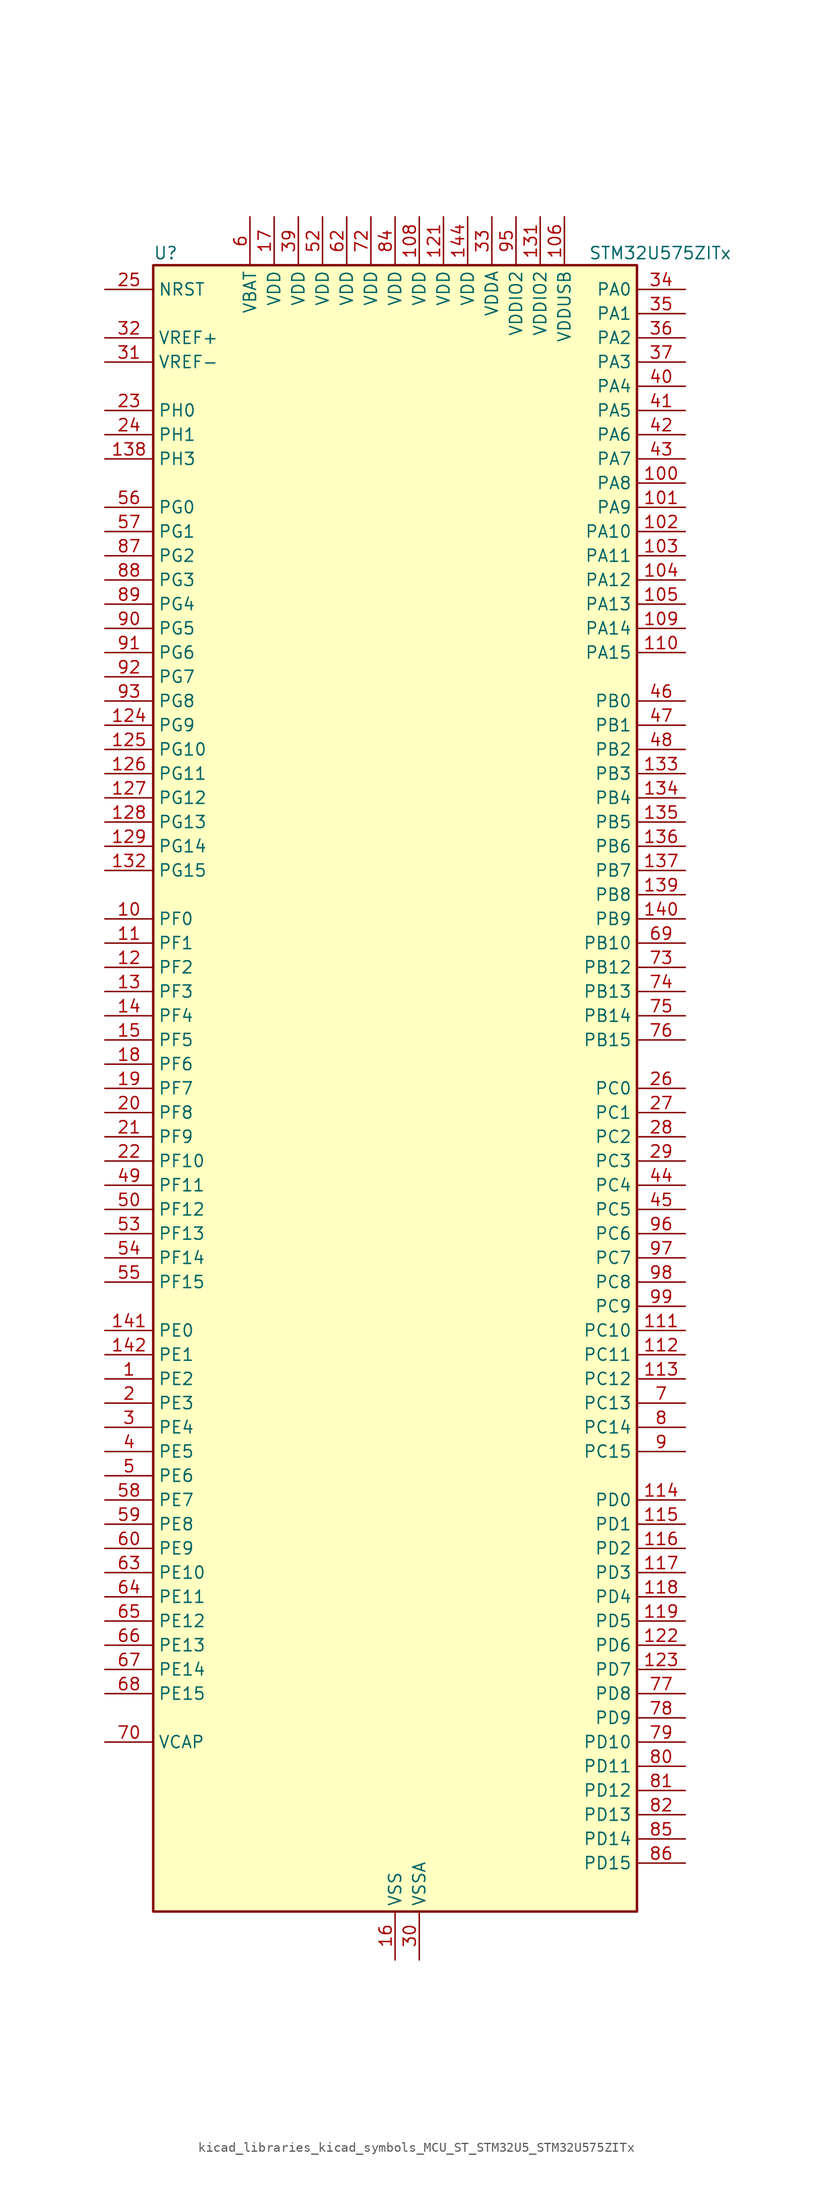
<source format=kicad_sym>
(kicad_symbol_lib
  (version 20220914)
  (generator kicad_symbol_editor)
  (symbol "kicad_libraries_kicad_symbols_MCU_ST_STM32U5_STM32U575ZITx"
    (property "Reference" "U"
      (at -25.4 87.63 0)
      (effects (font (size 1.27 1.27)) (justify left)))
    (property "Value" "STM32U575ZITx"
      (at 20.32 87.63 0)
      (effects (font (size 1.27 1.27)) (justify left)))
    (property "ki_locked" ""
      (at 0 0 0)
      (effects (font (size 1.27 1.27))))
    (symbol "kicad_libraries_kicad_symbols_MCU_ST_STM32U5_STM32U575ZITx_0_1"
      (rectangle (start -25.4 -86.36) (end 25.4 86.36) (stroke (width 0.254) (type default)) (fill (type background))))
    (symbol "kicad_libraries_kicad_symbols_MCU_ST_STM32U5_STM32U575ZITx_1_1"
      (pin bidirectional line (at -30.48 -30.48 0) (length 5.08) (name "PE2" (effects (font (size 1.27 1.27)))) (number "1" (effects (font (size 1.27 1.27)))) (alternate "DEBUG_TRACECLK" bidirectional line) (alternate "FMC_A23" bidirectional line) (alternate "SAI1_CK1" bidirectional line) (alternate "SAI1_MCLK_A" bidirectional line) (alternate "TIM3_ETR" bidirectional line) (alternate "TSC_G7_IO1" bidirectional line))
      (pin bidirectional line (at -30.48 17.78 0) (length 5.08) (name "PF0" (effects (font (size 1.27 1.27)))) (number "10" (effects (font (size 1.27 1.27)))) (alternate "FMC_A0" bidirectional line) (alternate "I2C2_SDA" bidirectional line) (alternate "OCTOSPIM_P2_IO0" bidirectional line))
      (pin bidirectional line (at 30.48 63.5 180) (length 5.08) (name "PA8" (effects (font (size 1.27 1.27)))) (number "100" (effects (font (size 1.27 1.27)))) (alternate "DEBUG_TRACECLK" bidirectional line) (alternate "LPTIM2_CH1" bidirectional line) (alternate "RCC_MCO" bidirectional line) (alternate "SAI1_CK2" bidirectional line) (alternate "SAI1_SCK_A" bidirectional line) (alternate "SPI1_RDY" bidirectional line) (alternate "TIM1_CH1" bidirectional line) (alternate "USART1_CK" bidirectional line) (alternate "USB_OTG_FS_SOF" bidirectional line))
      (pin bidirectional line (at 30.48 60.96 180) (length 5.08) (name "PA9" (effects (font (size 1.27 1.27)))) (number "101" (effects (font (size 1.27 1.27)))) (alternate "DAC1_EXTI9" bidirectional line) (alternate "DCMI_D0" bidirectional line) (alternate "PSSI_D0" bidirectional line) (alternate "SAI1_FS_A" bidirectional line) (alternate "SPI2_SCK" bidirectional line) (alternate "TIM15_BKIN" bidirectional line) (alternate "TIM1_CH2" bidirectional line) (alternate "USART1_TX" bidirectional line) (alternate "USB_OTG_FS_VBUS" bidirectional line))
      (pin bidirectional line (at 30.48 58.42 180) (length 5.08) (name "PA10" (effects (font (size 1.27 1.27)))) (number "102" (effects (font (size 1.27 1.27)))) (alternate "CRS_SYNC" bidirectional line) (alternate "DCMI_D1" bidirectional line) (alternate "LPTIM2_IN2" bidirectional line) (alternate "PSSI_D1" bidirectional line) (alternate "SAI1_D1" bidirectional line) (alternate "SAI1_SD_A" bidirectional line) (alternate "TIM17_BKIN" bidirectional line) (alternate "TIM1_CH3" bidirectional line) (alternate "USART1_RX" bidirectional line) (alternate "USB_OTG_FS_ID" bidirectional line))
      (pin bidirectional line (at 30.48 55.88 180) (length 5.08) (name "PA11" (effects (font (size 1.27 1.27)))) (number "103" (effects (font (size 1.27 1.27)))) (alternate "ADC1_EXTI11" bidirectional line) (alternate "FDCAN1_RX" bidirectional line) (alternate "SPI1_MISO" bidirectional line) (alternate "TIM1_BKIN2" bidirectional line) (alternate "TIM1_CH4" bidirectional line) (alternate "USART1_CTS" bidirectional line) (alternate "USB_OTG_FS_DM" bidirectional line))
      (pin bidirectional line (at 30.48 53.34 180) (length 5.08) (name "PA12" (effects (font (size 1.27 1.27)))) (number "104" (effects (font (size 1.27 1.27)))) (alternate "FDCAN1_TX" bidirectional line) (alternate "OCTOSPIM_P2_NCS" bidirectional line) (alternate "SPI1_MOSI" bidirectional line) (alternate "TIM1_ETR" bidirectional line) (alternate "USART1_DE" bidirectional line) (alternate "USART1_RTS" bidirectional line) (alternate "USB_OTG_FS_DP" bidirectional line))
      (pin bidirectional line (at 30.48 50.8 180) (length 5.08) (name "PA13" (effects (font (size 1.27 1.27)))) (number "105" (effects (font (size 1.27 1.27)))) (alternate "DEBUG_JTMS-SWDIO" bidirectional line) (alternate "IR_OUT" bidirectional line) (alternate "SAI1_SD_B" bidirectional line) (alternate "USB_OTG_FS_NOE" bidirectional line))
      (pin power_in line (at 17.78 91.44 270) (length 5.08) (name "VDDUSB" (effects (font (size 1.27 1.27)))) (number "106" (effects (font (size 1.27 1.27)))))
      (pin passive line (at 0 -91.44 90) (length 5.08) hide (name "VSS" (effects (font (size 1.27 1.27)))) (number "107" (effects (font (size 1.27 1.27)))))
      (pin power_in line (at 2.54 91.44 270) (length 5.08) (name "VDD" (effects (font (size 1.27 1.27)))) (number "108" (effects (font (size 1.27 1.27)))))
      (pin bidirectional line (at 30.48 48.26 180) (length 5.08) (name "PA14" (effects (font (size 1.27 1.27)))) (number "109" (effects (font (size 1.27 1.27)))) (alternate "DEBUG_JTCK-SWCLK" bidirectional line) (alternate "I2C1_SMBA" bidirectional line) (alternate "I2C4_SMBA" bidirectional line) (alternate "LPTIM1_CH1" bidirectional line) (alternate "SAI1_FS_B" bidirectional line) (alternate "USB_OTG_FS_SOF" bidirectional line))
      (pin bidirectional line (at -30.48 15.24 0) (length 5.08) (name "PF1" (effects (font (size 1.27 1.27)))) (number "11" (effects (font (size 1.27 1.27)))) (alternate "FMC_A1" bidirectional line) (alternate "I2C2_SCL" bidirectional line) (alternate "OCTOSPIM_P2_IO1" bidirectional line))
      (pin bidirectional line (at 30.48 45.72 180) (length 5.08) (name "PA15" (effects (font (size 1.27 1.27)))) (number "110" (effects (font (size 1.27 1.27)))) (alternate "ADC1_EXTI15" bidirectional line) (alternate "ADC4_EXTI15" bidirectional line) (alternate "DEBUG_JTDI" bidirectional line) (alternate "SAI2_FS_B" bidirectional line) (alternate "SPI1_NSS" bidirectional line) (alternate "SPI3_NSS" bidirectional line) (alternate "TIM2_CH1" bidirectional line) (alternate "TIM2_ETR" bidirectional line) (alternate "UART4_DE" bidirectional line) (alternate "UART4_RTS" bidirectional line) (alternate "UCPD1_CC1" bidirectional line) (alternate "USART2_RX" bidirectional line) (alternate "USART3_DE" bidirectional line) (alternate "USART3_RTS" bidirectional line))
      (pin bidirectional line (at 30.48 -25.4 180) (length 5.08) (name "PC10" (effects (font (size 1.27 1.27)))) (number "111" (effects (font (size 1.27 1.27)))) (alternate "ADF1_CCK1" bidirectional line) (alternate "DCMI_D8" bidirectional line) (alternate "DEBUG_TRACED1" bidirectional line) (alternate "LPTIM3_ETR" bidirectional line) (alternate "PSSI_D8" bidirectional line) (alternate "SAI2_SCK_B" bidirectional line) (alternate "SDMMC1_D2" bidirectional line) (alternate "SPI3_SCK" bidirectional line) (alternate "TSC_G3_IO2" bidirectional line) (alternate "UART4_TX" bidirectional line) (alternate "USART3_TX" bidirectional line))
      (pin bidirectional line (at 30.48 -27.94 180) (length 5.08) (name "PC11" (effects (font (size 1.27 1.27)))) (number "112" (effects (font (size 1.27 1.27)))) (alternate "ADC1_EXTI11" bidirectional line) (alternate "ADF1_SDI0" bidirectional line) (alternate "DCMI_D2" bidirectional line) (alternate "DCMI_D4" bidirectional line) (alternate "LPTIM3_IN1" bidirectional line) (alternate "OCTOSPIM_P1_NCS" bidirectional line) (alternate "PSSI_D2" bidirectional line) (alternate "PSSI_D4" bidirectional line) (alternate "SAI2_MCLK_B" bidirectional line) (alternate "SDMMC1_D3" bidirectional line) (alternate "SPI3_MISO" bidirectional line) (alternate "TSC_G3_IO3" bidirectional line) (alternate "UART4_RX" bidirectional line) (alternate "UCPD1_FRSTX2" bidirectional line) (alternate "USART3_RX" bidirectional line))
      (pin bidirectional line (at 30.48 -30.48 180) (length 5.08) (name "PC12" (effects (font (size 1.27 1.27)))) (number "113" (effects (font (size 1.27 1.27)))) (alternate "DCMI_D9" bidirectional line) (alternate "DEBUG_TRACED3" bidirectional line) (alternate "PSSI_D9" bidirectional line) (alternate "SAI2_SD_B" bidirectional line) (alternate "SDMMC1_CK" bidirectional line) (alternate "SPI3_MOSI" bidirectional line) (alternate "TSC_G3_IO4" bidirectional line) (alternate "UART5_TX" bidirectional line) (alternate "USART3_CK" bidirectional line))
      (pin bidirectional line (at 30.48 -43.18 180) (length 5.08) (name "PD0" (effects (font (size 1.27 1.27)))) (number "114" (effects (font (size 1.27 1.27)))) (alternate "FDCAN1_RX" bidirectional line) (alternate "FMC_D2" bidirectional line) (alternate "FMC_DA2" bidirectional line) (alternate "SPI2_NSS" bidirectional line) (alternate "TIM8_CH4N" bidirectional line))
      (pin bidirectional line (at 30.48 -45.72 180) (length 5.08) (name "PD1" (effects (font (size 1.27 1.27)))) (number "115" (effects (font (size 1.27 1.27)))) (alternate "FDCAN1_TX" bidirectional line) (alternate "FMC_D3" bidirectional line) (alternate "FMC_DA3" bidirectional line) (alternate "SPI2_SCK" bidirectional line))
      (pin bidirectional line (at 30.48 -48.26 180) (length 5.08) (name "PD2" (effects (font (size 1.27 1.27)))) (number "116" (effects (font (size 1.27 1.27)))) (alternate "DCMI_D11" bidirectional line) (alternate "DEBUG_TRACED2" bidirectional line) (alternate "LPTIM4_ETR" bidirectional line) (alternate "PSSI_D11" bidirectional line) (alternate "SDMMC1_CMD" bidirectional line) (alternate "TIM3_ETR" bidirectional line) (alternate "TSC_SYNC" bidirectional line) (alternate "UART5_RX" bidirectional line) (alternate "USART3_DE" bidirectional line) (alternate "USART3_RTS" bidirectional line))
      (pin bidirectional line (at 30.48 -50.8 180) (length 5.08) (name "PD3" (effects (font (size 1.27 1.27)))) (number "117" (effects (font (size 1.27 1.27)))) (alternate "DCMI_D5" bidirectional line) (alternate "FMC_CLK" bidirectional line) (alternate "MDF1_SDI0" bidirectional line) (alternate "OCTOSPIM_P2_NCS" bidirectional line) (alternate "PSSI_D5" bidirectional line) (alternate "SPI2_MISO" bidirectional line) (alternate "SPI2_SCK" bidirectional line) (alternate "USART2_CTS" bidirectional line))
      (pin bidirectional line (at 30.48 -53.34 180) (length 5.08) (name "PD4" (effects (font (size 1.27 1.27)))) (number "118" (effects (font (size 1.27 1.27)))) (alternate "FMC_NOE" bidirectional line) (alternate "MDF1_CKI0" bidirectional line) (alternate "OCTOSPIM_P1_IO4" bidirectional line) (alternate "SPI2_MOSI" bidirectional line) (alternate "USART2_DE" bidirectional line) (alternate "USART2_RTS" bidirectional line))
      (pin bidirectional line (at 30.48 -55.88 180) (length 5.08) (name "PD5" (effects (font (size 1.27 1.27)))) (number "119" (effects (font (size 1.27 1.27)))) (alternate "FMC_NWE" bidirectional line) (alternate "OCTOSPIM_P1_IO5" bidirectional line) (alternate "SPI2_RDY" bidirectional line) (alternate "USART2_TX" bidirectional line))
      (pin bidirectional line (at -30.48 12.7 0) (length 5.08) (name "PF2" (effects (font (size 1.27 1.27)))) (number "12" (effects (font (size 1.27 1.27)))) (alternate "FMC_A2" bidirectional line) (alternate "I2C2_SMBA" bidirectional line) (alternate "LPTIM3_CH2" bidirectional line) (alternate "OCTOSPIM_P2_IO2" bidirectional line) (alternate "PWR_WKUP8" bidirectional line))
      (pin passive line (at 0 -91.44 90) (length 5.08) hide (name "VSS" (effects (font (size 1.27 1.27)))) (number "120" (effects (font (size 1.27 1.27)))))
      (pin power_in line (at 5.08 91.44 270) (length 5.08) (name "VDD" (effects (font (size 1.27 1.27)))) (number "121" (effects (font (size 1.27 1.27)))))
      (pin bidirectional line (at 30.48 -58.42 180) (length 5.08) (name "PD6" (effects (font (size 1.27 1.27)))) (number "122" (effects (font (size 1.27 1.27)))) (alternate "DCMI_D10" bidirectional line) (alternate "FMC_NWAIT" bidirectional line) (alternate "MDF1_SDI1" bidirectional line) (alternate "OCTOSPIM_P1_IO6" bidirectional line) (alternate "PSSI_D10" bidirectional line) (alternate "SAI1_D1" bidirectional line) (alternate "SAI1_SD_A" bidirectional line) (alternate "SDMMC2_CK" bidirectional line) (alternate "SPI3_MOSI" bidirectional line) (alternate "USART2_RX" bidirectional line))
      (pin bidirectional line (at 30.48 -60.96 180) (length 5.08) (name "PD7" (effects (font (size 1.27 1.27)))) (number "123" (effects (font (size 1.27 1.27)))) (alternate "FMC_NCE" bidirectional line) (alternate "FMC_NE1" bidirectional line) (alternate "LPTIM4_OUT" bidirectional line) (alternate "MDF1_CKI1" bidirectional line) (alternate "OCTOSPIM_P1_IO7" bidirectional line) (alternate "SDMMC2_CMD" bidirectional line) (alternate "USART2_CK" bidirectional line))
      (pin bidirectional line (at -30.48 38.1 0) (length 5.08) (name "PG9" (effects (font (size 1.27 1.27)))) (number "124" (effects (font (size 1.27 1.27)))) (alternate "DAC1_EXTI9" bidirectional line) (alternate "FMC_NCE" bidirectional line) (alternate "FMC_NE2" bidirectional line) (alternate "OCTOSPIM_P2_IO6" bidirectional line) (alternate "SAI2_SCK_A" bidirectional line) (alternate "SPI3_SCK" bidirectional line) (alternate "TIM15_CH1N" bidirectional line) (alternate "USART1_TX" bidirectional line))
      (pin bidirectional line (at -30.48 35.56 0) (length 5.08) (name "PG10" (effects (font (size 1.27 1.27)))) (number "125" (effects (font (size 1.27 1.27)))) (alternate "FMC_NE3" bidirectional line) (alternate "LPTIM1_IN1" bidirectional line) (alternate "OCTOSPIM_P2_IO7" bidirectional line) (alternate "SAI2_FS_A" bidirectional line) (alternate "SPI3_MISO" bidirectional line) (alternate "TIM15_CH1" bidirectional line) (alternate "USART1_RX" bidirectional line))
      (pin bidirectional line (at -30.48 33.02 0) (length 5.08) (name "PG11" (effects (font (size 1.27 1.27)))) (number "126" (effects (font (size 1.27 1.27)))) (alternate "ADC1_EXTI11" bidirectional line) (alternate "LPTIM1_IN2" bidirectional line) (alternate "OCTOSPIM_P1_IO5" bidirectional line) (alternate "SAI2_MCLK_A" bidirectional line) (alternate "SPI3_MOSI" bidirectional line) (alternate "TIM15_CH2" bidirectional line) (alternate "USART1_CTS" bidirectional line))
      (pin bidirectional line (at -30.48 30.48 0) (length 5.08) (name "PG12" (effects (font (size 1.27 1.27)))) (number "127" (effects (font (size 1.27 1.27)))) (alternate "FMC_NE4" bidirectional line) (alternate "LPTIM1_ETR" bidirectional line) (alternate "OCTOSPIM_P2_NCS" bidirectional line) (alternate "SAI2_SD_A" bidirectional line) (alternate "SPI3_NSS" bidirectional line) (alternate "USART1_DE" bidirectional line) (alternate "USART1_RTS" bidirectional line))
      (pin bidirectional line (at -30.48 27.94 0) (length 5.08) (name "PG13" (effects (font (size 1.27 1.27)))) (number "128" (effects (font (size 1.27 1.27)))) (alternate "FMC_A24" bidirectional line) (alternate "I2C1_SDA" bidirectional line) (alternate "SPI3_RDY" bidirectional line) (alternate "USART1_CK" bidirectional line))
      (pin bidirectional line (at -30.48 25.4 0) (length 5.08) (name "PG14" (effects (font (size 1.27 1.27)))) (number "129" (effects (font (size 1.27 1.27)))) (alternate "FMC_A25" bidirectional line) (alternate "I2C1_SCL" bidirectional line) (alternate "LPTIM1_CH2" bidirectional line))
      (pin bidirectional line (at -30.48 10.16 0) (length 5.08) (name "PF3" (effects (font (size 1.27 1.27)))) (number "13" (effects (font (size 1.27 1.27)))) (alternate "FMC_A3" bidirectional line) (alternate "LPTIM3_IN1" bidirectional line) (alternate "OCTOSPIM_P2_IO3" bidirectional line))
      (pin passive line (at 0 -91.44 90) (length 5.08) hide (name "VSS" (effects (font (size 1.27 1.27)))) (number "130" (effects (font (size 1.27 1.27)))))
      (pin power_in line (at 15.24 91.44 270) (length 5.08) (name "VDDIO2" (effects (font (size 1.27 1.27)))) (number "131" (effects (font (size 1.27 1.27)))))
      (pin bidirectional line (at -30.48 22.86 0) (length 5.08) (name "PG15" (effects (font (size 1.27 1.27)))) (number "132" (effects (font (size 1.27 1.27)))) (alternate "ADC1_EXTI15" bidirectional line) (alternate "ADC4_EXTI15" bidirectional line) (alternate "DCMI_D13" bidirectional line) (alternate "I2C1_SMBA" bidirectional line) (alternate "LPTIM1_CH1" bidirectional line) (alternate "OCTOSPIM_P2_DQS" bidirectional line) (alternate "PSSI_D13" bidirectional line))
      (pin bidirectional line (at 30.48 33.02 180) (length 5.08) (name "PB3" (effects (font (size 1.27 1.27)))) (number "133" (effects (font (size 1.27 1.27)))) (alternate "ADF1_CCK0" bidirectional line) (alternate "COMP2_INM" bidirectional line) (alternate "CRS_SYNC" bidirectional line) (alternate "DEBUG_JTDO-SWO" bidirectional line) (alternate "I2C1_SDA" bidirectional line) (alternate "LPTIM1_CH1" bidirectional line) (alternate "SAI1_SCK_B" bidirectional line) (alternate "SDMMC2_D2" bidirectional line) (alternate "SPI1_SCK" bidirectional line) (alternate "SPI3_SCK" bidirectional line) (alternate "TIM2_CH2" bidirectional line) (alternate "USART1_DE" bidirectional line) (alternate "USART1_RTS" bidirectional line))
      (pin bidirectional line (at 30.48 30.48 180) (length 5.08) (name "PB4" (effects (font (size 1.27 1.27)))) (number "134" (effects (font (size 1.27 1.27)))) (alternate "ADF1_SDI0" bidirectional line) (alternate "COMP2_INP" bidirectional line) (alternate "DCMI_D12" bidirectional line) (alternate "DEBUG_JTRST" bidirectional line) (alternate "I2C3_SDA" bidirectional line) (alternate "LPTIM1_CH2" bidirectional line) (alternate "PSSI_D12" bidirectional line) (alternate "SAI1_MCLK_B" bidirectional line) (alternate "SDMMC2_D3" bidirectional line) (alternate "SPI1_MISO" bidirectional line) (alternate "SPI3_MISO" bidirectional line) (alternate "TIM17_BKIN" bidirectional line) (alternate "TIM3_CH1" bidirectional line) (alternate "TSC_G2_IO1" bidirectional line) (alternate "UART5_DE" bidirectional line) (alternate "UART5_RTS" bidirectional line) (alternate "USART1_CTS" bidirectional line))
      (pin bidirectional line (at 30.48 27.94 180) (length 5.08) (name "PB5" (effects (font (size 1.27 1.27)))) (number "135" (effects (font (size 1.27 1.27)))) (alternate "COMP2_OUT" bidirectional line) (alternate "DCMI_D10" bidirectional line) (alternate "I2C1_SMBA" bidirectional line) (alternate "LPTIM1_IN1" bidirectional line) (alternate "OCTOSPIM_P1_NCLK" bidirectional line) (alternate "PSSI_D10" bidirectional line) (alternate "PWR_WKUP6" bidirectional line) (alternate "SAI1_SD_B" bidirectional line) (alternate "SPI1_MOSI" bidirectional line) (alternate "SPI3_MOSI" bidirectional line) (alternate "TIM16_BKIN" bidirectional line) (alternate "TIM3_CH2" bidirectional line) (alternate "TSC_G2_IO2" bidirectional line) (alternate "UART5_CTS" bidirectional line) (alternate "UCPD1_DBCC1" bidirectional line) (alternate "USART1_CK" bidirectional line))
      (pin bidirectional line (at 30.48 25.4 180) (length 5.08) (name "PB6" (effects (font (size 1.27 1.27)))) (number "136" (effects (font (size 1.27 1.27)))) (alternate "COMP2_INP" bidirectional line) (alternate "DCMI_D5" bidirectional line) (alternate "I2C1_SCL" bidirectional line) (alternate "I2C4_SCL" bidirectional line) (alternate "LPTIM1_ETR" bidirectional line) (alternate "MDF1_SDI5" bidirectional line) (alternate "PSSI_D5" bidirectional line) (alternate "PWR_WKUP3" bidirectional line) (alternate "SAI1_FS_B" bidirectional line) (alternate "TIM16_CH1N" bidirectional line) (alternate "TIM4_CH1" bidirectional line) (alternate "TIM8_BKIN2" bidirectional line) (alternate "TSC_G2_IO3" bidirectional line) (alternate "USART1_TX" bidirectional line))
      (pin bidirectional line (at 30.48 22.86 180) (length 5.08) (name "PB7" (effects (font (size 1.27 1.27)))) (number "137" (effects (font (size 1.27 1.27)))) (alternate "COMP2_INM" bidirectional line) (alternate "DCMI_VSYNC" bidirectional line) (alternate "FMC_NL" bidirectional line) (alternate "I2C1_SDA" bidirectional line) (alternate "I2C4_SDA" bidirectional line) (alternate "LPTIM1_IN2" bidirectional line) (alternate "MDF1_CKI5" bidirectional line) (alternate "PSSI_RDY" bidirectional line) (alternate "PWR_PVD_IN" bidirectional line) (alternate "PWR_WKUP4" bidirectional line) (alternate "TIM17_CH1N" bidirectional line) (alternate "TIM4_CH2" bidirectional line) (alternate "TIM8_BKIN" bidirectional line) (alternate "TSC_G2_IO4" bidirectional line) (alternate "UART4_CTS" bidirectional line) (alternate "USART1_RX" bidirectional line))
      (pin bidirectional line (at -30.48 66.04 0) (length 5.08) (name "PH3" (effects (font (size 1.27 1.27)))) (number "138" (effects (font (size 1.27 1.27)))))
      (pin bidirectional line (at 30.48 20.32 180) (length 5.08) (name "PB8" (effects (font (size 1.27 1.27)))) (number "139" (effects (font (size 1.27 1.27)))) (alternate "DCMI_D6" bidirectional line) (alternate "FDCAN1_RX" bidirectional line) (alternate "I2C1_SCL" bidirectional line) (alternate "MDF1_CCK0" bidirectional line) (alternate "PSSI_D6" bidirectional line) (alternate "PWR_WKUP5" bidirectional line) (alternate "SAI1_CK1" bidirectional line) (alternate "SAI1_MCLK_A" bidirectional line) (alternate "SDMMC1_CKIN" bidirectional line) (alternate "SDMMC1_D4" bidirectional line) (alternate "SDMMC2_D4" bidirectional line) (alternate "SPI3_RDY" bidirectional line) (alternate "TIM16_CH1" bidirectional line) (alternate "TIM4_CH3" bidirectional line))
      (pin bidirectional line (at -30.48 7.62 0) (length 5.08) (name "PF4" (effects (font (size 1.27 1.27)))) (number "14" (effects (font (size 1.27 1.27)))) (alternate "FMC_A4" bidirectional line) (alternate "LPTIM3_ETR" bidirectional line) (alternate "OCTOSPIM_P2_CLK" bidirectional line))
      (pin bidirectional line (at 30.48 17.78 180) (length 5.08) (name "PB9" (effects (font (size 1.27 1.27)))) (number "140" (effects (font (size 1.27 1.27)))) (alternate "DAC1_EXTI9" bidirectional line) (alternate "DCMI_D7" bidirectional line) (alternate "FDCAN1_TX" bidirectional line) (alternate "I2C1_SDA" bidirectional line) (alternate "IR_OUT" bidirectional line) (alternate "PSSI_D7" bidirectional line) (alternate "SAI1_D2" bidirectional line) (alternate "SAI1_FS_A" bidirectional line) (alternate "SDMMC1_CDIR" bidirectional line) (alternate "SDMMC1_D5" bidirectional line) (alternate "SDMMC2_D5" bidirectional line) (alternate "SPI2_NSS" bidirectional line) (alternate "TIM17_CH1" bidirectional line) (alternate "TIM4_CH4" bidirectional line))
      (pin bidirectional line (at -30.48 -25.4 0) (length 5.08) (name "PE0" (effects (font (size 1.27 1.27)))) (number "141" (effects (font (size 1.27 1.27)))) (alternate "DCMI_D2" bidirectional line) (alternate "FMC_NBL0" bidirectional line) (alternate "PSSI_D2" bidirectional line) (alternate "TIM16_CH1" bidirectional line) (alternate "TIM4_ETR" bidirectional line))
      (pin bidirectional line (at -30.48 -27.94 0) (length 5.08) (name "PE1" (effects (font (size 1.27 1.27)))) (number "142" (effects (font (size 1.27 1.27)))) (alternate "DCMI_D3" bidirectional line) (alternate "FMC_NBL1" bidirectional line) (alternate "PSSI_D3" bidirectional line) (alternate "TIM17_CH1" bidirectional line))
      (pin passive line (at 0 -91.44 90) (length 5.08) hide (name "VSS" (effects (font (size 1.27 1.27)))) (number "143" (effects (font (size 1.27 1.27)))))
      (pin power_in line (at 7.62 91.44 270) (length 5.08) (name "VDD" (effects (font (size 1.27 1.27)))) (number "144" (effects (font (size 1.27 1.27)))))
      (pin bidirectional line (at -30.48 5.08 0) (length 5.08) (name "PF5" (effects (font (size 1.27 1.27)))) (number "15" (effects (font (size 1.27 1.27)))) (alternate "FMC_A5" bidirectional line) (alternate "LPTIM3_CH1" bidirectional line) (alternate "OCTOSPIM_P2_NCLK" bidirectional line))
      (pin power_in line (at 0 -91.44 90) (length 5.08) (name "VSS" (effects (font (size 1.27 1.27)))) (number "16" (effects (font (size 1.27 1.27)))))
      (pin power_in line (at -12.7 91.44 270) (length 5.08) (name "VDD" (effects (font (size 1.27 1.27)))) (number "17" (effects (font (size 1.27 1.27)))))
      (pin bidirectional line (at -30.48 2.54 0) (length 5.08) (name "PF6" (effects (font (size 1.27 1.27)))) (number "18" (effects (font (size 1.27 1.27)))) (alternate "DCMI_D12" bidirectional line) (alternate "OCTOSPIM_P1_IO3" bidirectional line) (alternate "OCTOSPIM_P2_NCS" bidirectional line) (alternate "PSSI_D12" bidirectional line) (alternate "SAI1_SD_B" bidirectional line) (alternate "TIM5_CH1" bidirectional line) (alternate "TIM5_ETR" bidirectional line))
      (pin bidirectional line (at -30.48 0 0) (length 5.08) (name "PF7" (effects (font (size 1.27 1.27)))) (number "19" (effects (font (size 1.27 1.27)))) (alternate "FDCAN1_RX" bidirectional line) (alternate "OCTOSPIM_P1_IO2" bidirectional line) (alternate "SAI1_MCLK_B" bidirectional line) (alternate "TIM5_CH2" bidirectional line))
      (pin bidirectional line (at -30.48 -33.02 0) (length 5.08) (name "PE3" (effects (font (size 1.27 1.27)))) (number "2" (effects (font (size 1.27 1.27)))) (alternate "DEBUG_TRACED0" bidirectional line) (alternate "FMC_A19" bidirectional line) (alternate "OCTOSPIM_P1_DQS" bidirectional line) (alternate "SAI1_SD_B" bidirectional line) (alternate "TAMP_IN6" bidirectional line) (alternate "TAMP_OUT3" bidirectional line) (alternate "TIM3_CH1" bidirectional line) (alternate "TSC_G7_IO2" bidirectional line))
      (pin bidirectional line (at -30.48 -2.54 0) (length 5.08) (name "PF8" (effects (font (size 1.27 1.27)))) (number "20" (effects (font (size 1.27 1.27)))) (alternate "FDCAN1_TX" bidirectional line) (alternate "OCTOSPIM_P1_IO0" bidirectional line) (alternate "PSSI_D14" bidirectional line) (alternate "SAI1_SCK_B" bidirectional line) (alternate "TIM5_CH3" bidirectional line))
      (pin bidirectional line (at -30.48 -5.08 0) (length 5.08) (name "PF9" (effects (font (size 1.27 1.27)))) (number "21" (effects (font (size 1.27 1.27)))) (alternate "DAC1_EXTI9" bidirectional line) (alternate "OCTOSPIM_P1_IO1" bidirectional line) (alternate "PSSI_D15" bidirectional line) (alternate "SAI1_FS_B" bidirectional line) (alternate "TIM15_CH1" bidirectional line) (alternate "TIM5_CH4" bidirectional line))
      (pin bidirectional line (at -30.48 -7.62 0) (length 5.08) (name "PF10" (effects (font (size 1.27 1.27)))) (number "22" (effects (font (size 1.27 1.27)))) (alternate "DCMI_D11" bidirectional line) (alternate "MDF1_CCK1" bidirectional line) (alternate "OCTOSPIM_P1_CLK" bidirectional line) (alternate "PSSI_D11" bidirectional line) (alternate "PSSI_D15" bidirectional line) (alternate "SAI1_D3" bidirectional line) (alternate "TIM15_CH2" bidirectional line))
      (pin bidirectional line (at -30.48 71.12 0) (length 5.08) (name "PH0" (effects (font (size 1.27 1.27)))) (number "23" (effects (font (size 1.27 1.27)))) (alternate "RCC_OSC_IN" bidirectional line))
      (pin bidirectional line (at -30.48 68.58 0) (length 5.08) (name "PH1" (effects (font (size 1.27 1.27)))) (number "24" (effects (font (size 1.27 1.27)))) (alternate "RCC_OSC_OUT" bidirectional line))
      (pin input line (at -30.48 83.82 0) (length 5.08) (name "NRST" (effects (font (size 1.27 1.27)))) (number "25" (effects (font (size 1.27 1.27)))))
      (pin bidirectional line (at 30.48 0 180) (length 5.08) (name "PC0" (effects (font (size 1.27 1.27)))) (number "26" (effects (font (size 1.27 1.27)))) (alternate "ADC1_IN1" bidirectional line) (alternate "ADC4_IN1" bidirectional line) (alternate "I2C3_SCL" bidirectional line) (alternate "LPTIM1_IN1" bidirectional line) (alternate "LPTIM2_IN1" bidirectional line) (alternate "LPUART1_RX" bidirectional line) (alternate "MDF1_SDI4" bidirectional line) (alternate "OCTOSPIM_P1_IO7" bidirectional line) (alternate "SAI2_FS_A" bidirectional line) (alternate "SDMMC1_D5" bidirectional line) (alternate "SPI2_RDY" bidirectional line))
      (pin bidirectional line (at 30.48 -2.54 180) (length 5.08) (name "PC1" (effects (font (size 1.27 1.27)))) (number "27" (effects (font (size 1.27 1.27)))) (alternate "ADC1_IN2" bidirectional line) (alternate "ADC4_IN2" bidirectional line) (alternate "DEBUG_TRACED0" bidirectional line) (alternate "I2C3_SDA" bidirectional line) (alternate "LPTIM1_CH1" bidirectional line) (alternate "LPUART1_TX" bidirectional line) (alternate "MDF1_CKI4" bidirectional line) (alternate "OCTOSPIM_P1_IO4" bidirectional line) (alternate "SAI1_SD_A" bidirectional line) (alternate "SDMMC2_CK" bidirectional line) (alternate "SPI2_MOSI" bidirectional line))
      (pin bidirectional line (at 30.48 -5.08 180) (length 5.08) (name "PC2" (effects (font (size 1.27 1.27)))) (number "28" (effects (font (size 1.27 1.27)))) (alternate "ADC1_IN3" bidirectional line) (alternate "ADC4_IN3" bidirectional line) (alternate "LPTIM1_IN2" bidirectional line) (alternate "MDF1_CCK1" bidirectional line) (alternate "OCTOSPIM_P1_IO5" bidirectional line) (alternate "SPI2_MISO" bidirectional line))
      (pin bidirectional line (at 30.48 -7.62 180) (length 5.08) (name "PC3" (effects (font (size 1.27 1.27)))) (number "29" (effects (font (size 1.27 1.27)))) (alternate "ADC1_IN4" bidirectional line) (alternate "ADC4_IN4" bidirectional line) (alternate "LPTIM1_ETR" bidirectional line) (alternate "LPTIM2_ETR" bidirectional line) (alternate "LPTIM3_CH1" bidirectional line) (alternate "OCTOSPIM_P1_IO6" bidirectional line) (alternate "SAI1_D1" bidirectional line) (alternate "SAI1_SD_A" bidirectional line) (alternate "SPI2_MOSI" bidirectional line))
      (pin bidirectional line (at -30.48 -35.56 0) (length 5.08) (name "PE4" (effects (font (size 1.27 1.27)))) (number "3" (effects (font (size 1.27 1.27)))) (alternate "DCMI_D4" bidirectional line) (alternate "DEBUG_TRACED1" bidirectional line) (alternate "FMC_A20" bidirectional line) (alternate "MDF1_SDI3" bidirectional line) (alternate "PSSI_D4" bidirectional line) (alternate "PWR_WKUP1" bidirectional line) (alternate "SAI1_D2" bidirectional line) (alternate "SAI1_FS_A" bidirectional line) (alternate "TAMP_IN7" bidirectional line) (alternate "TAMP_OUT8" bidirectional line) (alternate "TIM3_CH2" bidirectional line) (alternate "TSC_G7_IO3" bidirectional line))
      (pin power_in line (at 2.54 -91.44 90) (length 5.08) (name "VSSA" (effects (font (size 1.27 1.27)))) (number "30" (effects (font (size 1.27 1.27)))))
      (pin input line (at -30.48 76.2 0) (length 5.08) (name "VREF-" (effects (font (size 1.27 1.27)))) (number "31" (effects (font (size 1.27 1.27)))))
      (pin input line (at -30.48 78.74 0) (length 5.08) (name "VREF+" (effects (font (size 1.27 1.27)))) (number "32" (effects (font (size 1.27 1.27)))) (alternate "VREFBUF_OUT" bidirectional line))
      (pin power_in line (at 10.16 91.44 270) (length 5.08) (name "VDDA" (effects (font (size 1.27 1.27)))) (number "33" (effects (font (size 1.27 1.27)))))
      (pin bidirectional line (at 30.48 83.82 180) (length 5.08) (name "PA0" (effects (font (size 1.27 1.27)))) (number "34" (effects (font (size 1.27 1.27)))) (alternate "ADC1_IN5" bidirectional line) (alternate "AUDIOCLK" bidirectional line) (alternate "OCTOSPIM_P2_NCS" bidirectional line) (alternate "OPAMP1_VINP" bidirectional line) (alternate "PWR_WKUP1" bidirectional line) (alternate "SDMMC2_CMD" bidirectional line) (alternate "SPI3_RDY" bidirectional line) (alternate "TAMP_IN2" bidirectional line) (alternate "TAMP_OUT1" bidirectional line) (alternate "TIM2_CH1" bidirectional line) (alternate "TIM2_ETR" bidirectional line) (alternate "TIM5_CH1" bidirectional line) (alternate "TIM8_ETR" bidirectional line) (alternate "UART4_TX" bidirectional line) (alternate "USART2_CTS" bidirectional line))
      (pin bidirectional line (at 30.48 81.28 180) (length 5.08) (name "PA1" (effects (font (size 1.27 1.27)))) (number "35" (effects (font (size 1.27 1.27)))) (alternate "ADC1_IN6" bidirectional line) (alternate "I2C1_SMBA" bidirectional line) (alternate "LPTIM1_CH2" bidirectional line) (alternate "OCTOSPIM_P1_DQS" bidirectional line) (alternate "OPAMP1_VINM" bidirectional line) (alternate "PWR_WKUP3" bidirectional line) (alternate "SPI1_SCK" bidirectional line) (alternate "TAMP_IN5" bidirectional line) (alternate "TAMP_OUT4" bidirectional line) (alternate "TIM15_CH1N" bidirectional line) (alternate "TIM2_CH2" bidirectional line) (alternate "TIM5_CH2" bidirectional line) (alternate "UART4_RX" bidirectional line) (alternate "USART2_DE" bidirectional line) (alternate "USART2_RTS" bidirectional line))
      (pin bidirectional line (at 30.48 78.74 180) (length 5.08) (name "PA2" (effects (font (size 1.27 1.27)))) (number "36" (effects (font (size 1.27 1.27)))) (alternate "ADC1_IN7" bidirectional line) (alternate "COMP1_INP" bidirectional line) (alternate "LPUART1_TX" bidirectional line) (alternate "OCTOSPIM_P1_NCS" bidirectional line) (alternate "PWR_WKUP4" bidirectional line) (alternate "RCC_LSCO" bidirectional line) (alternate "SPI1_RDY" bidirectional line) (alternate "TIM15_CH1" bidirectional line) (alternate "TIM2_CH3" bidirectional line) (alternate "TIM5_CH3" bidirectional line) (alternate "UCPD1_FRSTX1" bidirectional line) (alternate "USART2_TX" bidirectional line))
      (pin bidirectional line (at 30.48 76.2 180) (length 5.08) (name "PA3" (effects (font (size 1.27 1.27)))) (number "37" (effects (font (size 1.27 1.27)))) (alternate "ADC1_IN8" bidirectional line) (alternate "LPUART1_RX" bidirectional line) (alternate "OCTOSPIM_P1_CLK" bidirectional line) (alternate "OPAMP1_VOUT" bidirectional line) (alternate "PWR_WKUP5" bidirectional line) (alternate "SAI1_CK1" bidirectional line) (alternate "SAI1_MCLK_A" bidirectional line) (alternate "TIM15_CH2" bidirectional line) (alternate "TIM2_CH4" bidirectional line) (alternate "TIM5_CH4" bidirectional line) (alternate "USART2_RX" bidirectional line))
      (pin passive line (at 0 -91.44 90) (length 5.08) hide (name "VSS" (effects (font (size 1.27 1.27)))) (number "38" (effects (font (size 1.27 1.27)))))
      (pin power_in line (at -10.16 91.44 270) (length 5.08) (name "VDD" (effects (font (size 1.27 1.27)))) (number "39" (effects (font (size 1.27 1.27)))))
      (pin bidirectional line (at -30.48 -38.1 0) (length 5.08) (name "PE5" (effects (font (size 1.27 1.27)))) (number "4" (effects (font (size 1.27 1.27)))) (alternate "DCMI_D6" bidirectional line) (alternate "DEBUG_TRACED2" bidirectional line) (alternate "FMC_A21" bidirectional line) (alternate "MDF1_CKI3" bidirectional line) (alternate "PSSI_D6" bidirectional line) (alternate "PWR_WKUP2" bidirectional line) (alternate "SAI1_CK2" bidirectional line) (alternate "SAI1_SCK_A" bidirectional line) (alternate "TAMP_IN8" bidirectional line) (alternate "TAMP_OUT7" bidirectional line) (alternate "TIM3_CH3" bidirectional line) (alternate "TSC_G7_IO4" bidirectional line))
      (pin bidirectional line (at 30.48 73.66 180) (length 5.08) (name "PA4" (effects (font (size 1.27 1.27)))) (number "40" (effects (font (size 1.27 1.27)))) (alternate "ADC1_IN9" bidirectional line) (alternate "ADC4_IN9" bidirectional line) (alternate "DAC1_OUT1" bidirectional line) (alternate "DCMI_HSYNC" bidirectional line) (alternate "LPTIM2_CH1" bidirectional line) (alternate "OCTOSPIM_P1_NCS" bidirectional line) (alternate "PSSI_DE" bidirectional line) (alternate "PWR_WKUP2" bidirectional line) (alternate "SAI1_FS_B" bidirectional line) (alternate "SPI1_NSS" bidirectional line) (alternate "SPI3_NSS" bidirectional line) (alternate "USART2_CK" bidirectional line))
      (pin bidirectional line (at 30.48 71.12 180) (length 5.08) (name "PA5" (effects (font (size 1.27 1.27)))) (number "41" (effects (font (size 1.27 1.27)))) (alternate "ADC1_IN10" bidirectional line) (alternate "ADC4_IN10" bidirectional line) (alternate "DAC1_OUT2" bidirectional line) (alternate "LPTIM2_ETR" bidirectional line) (alternate "PSSI_D14" bidirectional line) (alternate "PWR_CSLEEP" bidirectional line) (alternate "PWR_WKUP6" bidirectional line) (alternate "SPI1_SCK" bidirectional line) (alternate "TIM2_CH1" bidirectional line) (alternate "TIM2_ETR" bidirectional line) (alternate "TIM8_CH1N" bidirectional line) (alternate "USART3_RX" bidirectional line))
      (pin bidirectional line (at 30.48 68.58 180) (length 5.08) (name "PA6" (effects (font (size 1.27 1.27)))) (number "42" (effects (font (size 1.27 1.27)))) (alternate "ADC1_IN11" bidirectional line) (alternate "ADC4_IN11" bidirectional line) (alternate "DCMI_PIXCLK" bidirectional line) (alternate "LPUART1_CTS" bidirectional line) (alternate "OCTOSPIM_P1_IO3" bidirectional line) (alternate "OPAMP2_VINP" bidirectional line) (alternate "PSSI_PDCK" bidirectional line) (alternate "PWR_CDSTOP" bidirectional line) (alternate "PWR_WKUP7" bidirectional line) (alternate "SPI1_MISO" bidirectional line) (alternate "TIM16_CH1" bidirectional line) (alternate "TIM1_BKIN" bidirectional line) (alternate "TIM3_CH1" bidirectional line) (alternate "TIM8_BKIN" bidirectional line) (alternate "USART3_CTS" bidirectional line))
      (pin bidirectional line (at 30.48 66.04 180) (length 5.08) (name "PA7" (effects (font (size 1.27 1.27)))) (number "43" (effects (font (size 1.27 1.27)))) (alternate "ADC1_IN12" bidirectional line) (alternate "ADC4_IN20" bidirectional line) (alternate "I2C3_SCL" bidirectional line) (alternate "LPTIM2_CH2" bidirectional line) (alternate "OCTOSPIM_P1_IO2" bidirectional line) (alternate "OPAMP2_VINM" bidirectional line) (alternate "PWR_SRDSTOP" bidirectional line) (alternate "PWR_WKUP8" bidirectional line) (alternate "SPI1_MOSI" bidirectional line) (alternate "TIM17_CH1" bidirectional line) (alternate "TIM1_CH1N" bidirectional line) (alternate "TIM3_CH2" bidirectional line) (alternate "TIM8_CH1N" bidirectional line) (alternate "USART3_TX" bidirectional line))
      (pin bidirectional line (at 30.48 -10.16 180) (length 5.08) (name "PC4" (effects (font (size 1.27 1.27)))) (number "44" (effects (font (size 1.27 1.27)))) (alternate "ADC1_IN13" bidirectional line) (alternate "ADC4_IN22" bidirectional line) (alternate "COMP1_INM" bidirectional line) (alternate "OCTOSPIM_P1_IO7" bidirectional line) (alternate "USART3_TX" bidirectional line))
      (pin bidirectional line (at 30.48 -12.7 180) (length 5.08) (name "PC5" (effects (font (size 1.27 1.27)))) (number "45" (effects (font (size 1.27 1.27)))) (alternate "ADC1_IN14" bidirectional line) (alternate "ADC4_IN23" bidirectional line) (alternate "COMP1_INP" bidirectional line) (alternate "PSSI_D15" bidirectional line) (alternate "PWR_WKUP5" bidirectional line) (alternate "SAI1_D3" bidirectional line) (alternate "TAMP_IN4" bidirectional line) (alternate "TAMP_OUT5" bidirectional line) (alternate "TIM1_CH4N" bidirectional line) (alternate "USART3_RX" bidirectional line))
      (pin bidirectional line (at 30.48 40.64 180) (length 5.08) (name "PB0" (effects (font (size 1.27 1.27)))) (number "46" (effects (font (size 1.27 1.27)))) (alternate "ADC1_IN15" bidirectional line) (alternate "ADC4_IN18" bidirectional line) (alternate "AUDIOCLK" bidirectional line) (alternate "COMP1_OUT" bidirectional line) (alternate "LPTIM3_CH1" bidirectional line) (alternate "OCTOSPIM_P1_IO1" bidirectional line) (alternate "OPAMP2_VOUT" bidirectional line) (alternate "SPI1_NSS" bidirectional line) (alternate "TIM1_CH2N" bidirectional line) (alternate "TIM3_CH3" bidirectional line) (alternate "TIM8_CH2N" bidirectional line) (alternate "USART3_CK" bidirectional line))
      (pin bidirectional line (at 30.48 38.1 180) (length 5.08) (name "PB1" (effects (font (size 1.27 1.27)))) (number "47" (effects (font (size 1.27 1.27)))) (alternate "ADC1_IN16" bidirectional line) (alternate "ADC4_IN19" bidirectional line) (alternate "COMP1_INM" bidirectional line) (alternate "LPTIM2_IN1" bidirectional line) (alternate "LPTIM3_CH2" bidirectional line) (alternate "LPUART1_DE" bidirectional line) (alternate "LPUART1_RTS" bidirectional line) (alternate "MDF1_SDI0" bidirectional line) (alternate "OCTOSPIM_P1_IO0" bidirectional line) (alternate "PWR_WKUP4" bidirectional line) (alternate "TIM1_CH3N" bidirectional line) (alternate "TIM3_CH4" bidirectional line) (alternate "TIM8_CH3N" bidirectional line) (alternate "USART3_DE" bidirectional line) (alternate "USART3_RTS" bidirectional line))
      (pin bidirectional line (at 30.48 35.56 180) (length 5.08) (name "PB2" (effects (font (size 1.27 1.27)))) (number "48" (effects (font (size 1.27 1.27)))) (alternate "ADC1_IN17" bidirectional line) (alternate "COMP1_INP" bidirectional line) (alternate "I2C3_SMBA" bidirectional line) (alternate "LPTIM1_CH1" bidirectional line) (alternate "MDF1_CKI0" bidirectional line) (alternate "OCTOSPIM_P1_DQS" bidirectional line) (alternate "PWR_WKUP1" bidirectional line) (alternate "RTC_OUT2" bidirectional line) (alternate "SPI1_RDY" bidirectional line) (alternate "TIM8_CH4N" bidirectional line) (alternate "UCPD1_FRSTX1" bidirectional line))
      (pin bidirectional line (at -30.48 -10.16 0) (length 5.08) (name "PF11" (effects (font (size 1.27 1.27)))) (number "49" (effects (font (size 1.27 1.27)))) (alternate "ADC1_EXTI11" bidirectional line) (alternate "DCMI_D12" bidirectional line) (alternate "LPTIM4_IN1" bidirectional line) (alternate "OCTOSPIM_P1_NCLK" bidirectional line) (alternate "PSSI_D12" bidirectional line))
      (pin bidirectional line (at -30.48 -40.64 0) (length 5.08) (name "PE6" (effects (font (size 1.27 1.27)))) (number "5" (effects (font (size 1.27 1.27)))) (alternate "DCMI_D7" bidirectional line) (alternate "DEBUG_TRACED3" bidirectional line) (alternate "FMC_A22" bidirectional line) (alternate "PSSI_D7" bidirectional line) (alternate "PWR_WKUP3" bidirectional line) (alternate "SAI1_D1" bidirectional line) (alternate "SAI1_SD_A" bidirectional line) (alternate "TAMP_IN3" bidirectional line) (alternate "TAMP_OUT6" bidirectional line) (alternate "TIM3_CH4" bidirectional line))
      (pin bidirectional line (at -30.48 -12.7 0) (length 5.08) (name "PF12" (effects (font (size 1.27 1.27)))) (number "50" (effects (font (size 1.27 1.27)))) (alternate "FMC_A6" bidirectional line) (alternate "LPTIM4_ETR" bidirectional line) (alternate "OCTOSPIM_P2_DQS" bidirectional line))
      (pin passive line (at 0 -91.44 90) (length 5.08) hide (name "VSS" (effects (font (size 1.27 1.27)))) (number "51" (effects (font (size 1.27 1.27)))))
      (pin power_in line (at -7.62 91.44 270) (length 5.08) (name "VDD" (effects (font (size 1.27 1.27)))) (number "52" (effects (font (size 1.27 1.27)))))
      (pin bidirectional line (at -30.48 -15.24 0) (length 5.08) (name "PF13" (effects (font (size 1.27 1.27)))) (number "53" (effects (font (size 1.27 1.27)))) (alternate "FMC_A7" bidirectional line) (alternate "I2C4_SMBA" bidirectional line) (alternate "LPTIM4_OUT" bidirectional line) (alternate "UCPD1_FRSTX2" bidirectional line))
      (pin bidirectional line (at -30.48 -17.78 0) (length 5.08) (name "PF14" (effects (font (size 1.27 1.27)))) (number "54" (effects (font (size 1.27 1.27)))) (alternate "ADC4_IN5" bidirectional line) (alternate "FMC_A8" bidirectional line) (alternate "I2C4_SCL" bidirectional line) (alternate "TSC_G8_IO1" bidirectional line))
      (pin bidirectional line (at -30.48 -20.32 0) (length 5.08) (name "PF15" (effects (font (size 1.27 1.27)))) (number "55" (effects (font (size 1.27 1.27)))) (alternate "ADC1_EXTI15" bidirectional line) (alternate "ADC4_EXTI15" bidirectional line) (alternate "ADC4_IN6" bidirectional line) (alternate "FMC_A9" bidirectional line) (alternate "I2C4_SDA" bidirectional line) (alternate "TSC_G8_IO2" bidirectional line))
      (pin bidirectional line (at -30.48 60.96 0) (length 5.08) (name "PG0" (effects (font (size 1.27 1.27)))) (number "56" (effects (font (size 1.27 1.27)))) (alternate "ADC4_IN7" bidirectional line) (alternate "FMC_A10" bidirectional line) (alternate "OCTOSPIM_P2_IO4" bidirectional line) (alternate "TSC_G8_IO3" bidirectional line))
      (pin bidirectional line (at -30.48 58.42 0) (length 5.08) (name "PG1" (effects (font (size 1.27 1.27)))) (number "57" (effects (font (size 1.27 1.27)))) (alternate "ADC4_IN8" bidirectional line) (alternate "FMC_A11" bidirectional line) (alternate "OCTOSPIM_P2_IO5" bidirectional line) (alternate "TSC_G8_IO4" bidirectional line))
      (pin bidirectional line (at -30.48 -43.18 0) (length 5.08) (name "PE7" (effects (font (size 1.27 1.27)))) (number "58" (effects (font (size 1.27 1.27)))) (alternate "FMC_D4" bidirectional line) (alternate "FMC_DA4" bidirectional line) (alternate "MDF1_SDI2" bidirectional line) (alternate "PWR_WKUP6" bidirectional line) (alternate "SAI1_SD_B" bidirectional line) (alternate "TIM1_ETR" bidirectional line))
      (pin bidirectional line (at -30.48 -45.72 0) (length 5.08) (name "PE8" (effects (font (size 1.27 1.27)))) (number "59" (effects (font (size 1.27 1.27)))) (alternate "FMC_D5" bidirectional line) (alternate "FMC_DA5" bidirectional line) (alternate "MDF1_CKI2" bidirectional line) (alternate "PWR_WKUP7" bidirectional line) (alternate "SAI1_SCK_B" bidirectional line) (alternate "TIM1_CH1N" bidirectional line))
      (pin power_in line (at -15.24 91.44 270) (length 5.08) (name "VBAT" (effects (font (size 1.27 1.27)))) (number "6" (effects (font (size 1.27 1.27)))))
      (pin bidirectional line (at -30.48 -48.26 0) (length 5.08) (name "PE9" (effects (font (size 1.27 1.27)))) (number "60" (effects (font (size 1.27 1.27)))) (alternate "ADF1_CCK0" bidirectional line) (alternate "DAC1_EXTI9" bidirectional line) (alternate "FMC_D6" bidirectional line) (alternate "FMC_DA6" bidirectional line) (alternate "MDF1_CCK0" bidirectional line) (alternate "OCTOSPIM_P1_NCLK" bidirectional line) (alternate "SAI1_FS_B" bidirectional line) (alternate "TIM1_CH1" bidirectional line))
      (pin passive line (at 0 -91.44 90) (length 5.08) hide (name "VSS" (effects (font (size 1.27 1.27)))) (number "61" (effects (font (size 1.27 1.27)))))
      (pin power_in line (at -5.08 91.44 270) (length 5.08) (name "VDD" (effects (font (size 1.27 1.27)))) (number "62" (effects (font (size 1.27 1.27)))))
      (pin bidirectional line (at -30.48 -50.8 0) (length 5.08) (name "PE10" (effects (font (size 1.27 1.27)))) (number "63" (effects (font (size 1.27 1.27)))) (alternate "ADF1_SDI0" bidirectional line) (alternate "FMC_D7" bidirectional line) (alternate "FMC_DA7" bidirectional line) (alternate "MDF1_SDI4" bidirectional line) (alternate "OCTOSPIM_P1_CLK" bidirectional line) (alternate "SAI1_MCLK_B" bidirectional line) (alternate "TIM1_CH2N" bidirectional line) (alternate "TSC_G5_IO1" bidirectional line))
      (pin bidirectional line (at -30.48 -53.34 0) (length 5.08) (name "PE11" (effects (font (size 1.27 1.27)))) (number "64" (effects (font (size 1.27 1.27)))) (alternate "ADC1_EXTI11" bidirectional line) (alternate "FMC_D8" bidirectional line) (alternate "FMC_DA8" bidirectional line) (alternate "MDF1_CKI4" bidirectional line) (alternate "OCTOSPIM_P1_NCS" bidirectional line) (alternate "SPI1_RDY" bidirectional line) (alternate "TIM1_CH2" bidirectional line) (alternate "TSC_G5_IO2" bidirectional line))
      (pin bidirectional line (at -30.48 -55.88 0) (length 5.08) (name "PE12" (effects (font (size 1.27 1.27)))) (number "65" (effects (font (size 1.27 1.27)))) (alternate "FMC_D9" bidirectional line) (alternate "FMC_DA9" bidirectional line) (alternate "MDF1_SDI5" bidirectional line) (alternate "OCTOSPIM_P1_IO0" bidirectional line) (alternate "SPI1_NSS" bidirectional line) (alternate "TIM1_CH3N" bidirectional line) (alternate "TSC_G5_IO3" bidirectional line))
      (pin bidirectional line (at -30.48 -58.42 0) (length 5.08) (name "PE13" (effects (font (size 1.27 1.27)))) (number "66" (effects (font (size 1.27 1.27)))) (alternate "FMC_D10" bidirectional line) (alternate "FMC_DA10" bidirectional line) (alternate "MDF1_CKI5" bidirectional line) (alternate "OCTOSPIM_P1_IO1" bidirectional line) (alternate "SPI1_SCK" bidirectional line) (alternate "TIM1_CH3" bidirectional line) (alternate "TSC_G5_IO4" bidirectional line))
      (pin bidirectional line (at -30.48 -60.96 0) (length 5.08) (name "PE14" (effects (font (size 1.27 1.27)))) (number "67" (effects (font (size 1.27 1.27)))) (alternate "FMC_D11" bidirectional line) (alternate "FMC_DA11" bidirectional line) (alternate "OCTOSPIM_P1_IO2" bidirectional line) (alternate "SPI1_MISO" bidirectional line) (alternate "TIM1_BKIN2" bidirectional line) (alternate "TIM1_CH4" bidirectional line))
      (pin bidirectional line (at -30.48 -63.5 0) (length 5.08) (name "PE15" (effects (font (size 1.27 1.27)))) (number "68" (effects (font (size 1.27 1.27)))) (alternate "ADC1_EXTI15" bidirectional line) (alternate "ADC4_EXTI15" bidirectional line) (alternate "FMC_D12" bidirectional line) (alternate "FMC_DA12" bidirectional line) (alternate "OCTOSPIM_P1_IO3" bidirectional line) (alternate "SPI1_MOSI" bidirectional line) (alternate "TIM1_BKIN" bidirectional line) (alternate "TIM1_CH4N" bidirectional line))
      (pin bidirectional line (at 30.48 15.24 180) (length 5.08) (name "PB10" (effects (font (size 1.27 1.27)))) (number "69" (effects (font (size 1.27 1.27)))) (alternate "COMP1_OUT" bidirectional line) (alternate "I2C2_SCL" bidirectional line) (alternate "I2C4_SCL" bidirectional line) (alternate "LPTIM3_CH1" bidirectional line) (alternate "LPUART1_RX" bidirectional line) (alternate "OCTOSPIM_P1_CLK" bidirectional line) (alternate "PWR_WKUP8" bidirectional line) (alternate "SAI1_SCK_A" bidirectional line) (alternate "SPI2_SCK" bidirectional line) (alternate "TIM2_CH3" bidirectional line) (alternate "TSC_SYNC" bidirectional line) (alternate "USART3_TX" bidirectional line))
      (pin bidirectional line (at 30.48 -33.02 180) (length 5.08) (name "PC13" (effects (font (size 1.27 1.27)))) (number "7" (effects (font (size 1.27 1.27)))) (alternate "PWR_WKUP2" bidirectional line) (alternate "RTC_OUT1" bidirectional line) (alternate "RTC_TS" bidirectional line) (alternate "TAMP_IN1" bidirectional line) (alternate "TAMP_OUT2" bidirectional line))
      (pin power_out line (at -30.48 -68.58 0) (length 5.08) (name "VCAP" (effects (font (size 1.27 1.27)))) (number "70" (effects (font (size 1.27 1.27)))))
      (pin passive line (at 0 -91.44 90) (length 5.08) hide (name "VSS" (effects (font (size 1.27 1.27)))) (number "71" (effects (font (size 1.27 1.27)))))
      (pin power_in line (at -2.54 91.44 270) (length 5.08) (name "VDD" (effects (font (size 1.27 1.27)))) (number "72" (effects (font (size 1.27 1.27)))))
      (pin bidirectional line (at 30.48 12.7 180) (length 5.08) (name "PB12" (effects (font (size 1.27 1.27)))) (number "73" (effects (font (size 1.27 1.27)))) (alternate "I2C2_SMBA" bidirectional line) (alternate "LPUART1_DE" bidirectional line) (alternate "LPUART1_RTS" bidirectional line) (alternate "MDF1_SDI1" bidirectional line) (alternate "OCTOSPIM_P1_NCLK" bidirectional line) (alternate "SAI2_FS_A" bidirectional line) (alternate "SPI2_NSS" bidirectional line) (alternate "TIM15_BKIN" bidirectional line) (alternate "TIM1_BKIN" bidirectional line) (alternate "TSC_G1_IO1" bidirectional line) (alternate "USART3_CK" bidirectional line))
      (pin bidirectional line (at 30.48 10.16 180) (length 5.08) (name "PB13" (effects (font (size 1.27 1.27)))) (number "74" (effects (font (size 1.27 1.27)))) (alternate "I2C2_SCL" bidirectional line) (alternate "LPTIM3_IN1" bidirectional line) (alternate "LPUART1_CTS" bidirectional line) (alternate "MDF1_CKI1" bidirectional line) (alternate "SAI2_SCK_A" bidirectional line) (alternate "SPI2_SCK" bidirectional line) (alternate "TIM15_CH1N" bidirectional line) (alternate "TIM1_CH1N" bidirectional line) (alternate "TSC_G1_IO2" bidirectional line) (alternate "USART3_CTS" bidirectional line))
      (pin bidirectional line (at 30.48 7.62 180) (length 5.08) (name "PB14" (effects (font (size 1.27 1.27)))) (number "75" (effects (font (size 1.27 1.27)))) (alternate "I2C2_SDA" bidirectional line) (alternate "LPTIM3_ETR" bidirectional line) (alternate "MDF1_SDI2" bidirectional line) (alternate "SAI2_MCLK_A" bidirectional line) (alternate "SDMMC2_D0" bidirectional line) (alternate "SPI2_MISO" bidirectional line) (alternate "TIM15_CH1" bidirectional line) (alternate "TIM1_CH2N" bidirectional line) (alternate "TIM8_CH2N" bidirectional line) (alternate "TSC_G1_IO3" bidirectional line) (alternate "UCPD1_DBCC2" bidirectional line) (alternate "USART3_DE" bidirectional line) (alternate "USART3_RTS" bidirectional line))
      (pin bidirectional line (at 30.48 5.08 180) (length 5.08) (name "PB15" (effects (font (size 1.27 1.27)))) (number "76" (effects (font (size 1.27 1.27)))) (alternate "ADC1_EXTI15" bidirectional line) (alternate "ADC4_EXTI15" bidirectional line) (alternate "FMC_NBL1" bidirectional line) (alternate "LPTIM2_IN2" bidirectional line) (alternate "MDF1_CKI2" bidirectional line) (alternate "PWR_WKUP7" bidirectional line) (alternate "RTC_REFIN" bidirectional line) (alternate "SAI2_SD_A" bidirectional line) (alternate "SDMMC2_D1" bidirectional line) (alternate "SPI2_MOSI" bidirectional line) (alternate "TIM15_CH2" bidirectional line) (alternate "TIM1_CH3N" bidirectional line) (alternate "TIM8_CH3N" bidirectional line) (alternate "UCPD1_CC2" bidirectional line))
      (pin bidirectional line (at 30.48 -63.5 180) (length 5.08) (name "PD8" (effects (font (size 1.27 1.27)))) (number "77" (effects (font (size 1.27 1.27)))) (alternate "DCMI_HSYNC" bidirectional line) (alternate "FMC_D13" bidirectional line) (alternate "FMC_DA13" bidirectional line) (alternate "PSSI_DE" bidirectional line) (alternate "USART3_TX" bidirectional line))
      (pin bidirectional line (at 30.48 -66.04 180) (length 5.08) (name "PD9" (effects (font (size 1.27 1.27)))) (number "78" (effects (font (size 1.27 1.27)))) (alternate "DAC1_EXTI9" bidirectional line) (alternate "DCMI_PIXCLK" bidirectional line) (alternate "FMC_D14" bidirectional line) (alternate "FMC_DA14" bidirectional line) (alternate "LPTIM2_IN2" bidirectional line) (alternate "LPTIM3_IN1" bidirectional line) (alternate "PSSI_PDCK" bidirectional line) (alternate "SAI2_MCLK_A" bidirectional line) (alternate "USART3_RX" bidirectional line))
      (pin bidirectional line (at 30.48 -68.58 180) (length 5.08) (name "PD10" (effects (font (size 1.27 1.27)))) (number "79" (effects (font (size 1.27 1.27)))) (alternate "FMC_D15" bidirectional line) (alternate "FMC_DA15" bidirectional line) (alternate "LPTIM2_CH2" bidirectional line) (alternate "LPTIM3_ETR" bidirectional line) (alternate "SAI2_SCK_A" bidirectional line) (alternate "TSC_G6_IO1" bidirectional line) (alternate "USART3_CK" bidirectional line))
      (pin bidirectional line (at 30.48 -35.56 180) (length 5.08) (name "PC14" (effects (font (size 1.27 1.27)))) (number "8" (effects (font (size 1.27 1.27)))) (alternate "RCC_OSC32_IN" bidirectional line))
      (pin bidirectional line (at 30.48 -71.12 180) (length 5.08) (name "PD11" (effects (font (size 1.27 1.27)))) (number "80" (effects (font (size 1.27 1.27)))) (alternate "ADC1_EXTI11" bidirectional line) (alternate "ADC4_IN15" bidirectional line) (alternate "FMC_A16" bidirectional line) (alternate "FMC_CLE" bidirectional line) (alternate "I2C4_SMBA" bidirectional line) (alternate "LPTIM2_ETR" bidirectional line) (alternate "SAI2_SD_A" bidirectional line) (alternate "TSC_G6_IO2" bidirectional line) (alternate "USART3_CTS" bidirectional line))
      (pin bidirectional line (at 30.48 -73.66 180) (length 5.08) (name "PD12" (effects (font (size 1.27 1.27)))) (number "81" (effects (font (size 1.27 1.27)))) (alternate "ADC4_IN16" bidirectional line) (alternate "FMC_A17" bidirectional line) (alternate "FMC_ALE" bidirectional line) (alternate "I2C4_SCL" bidirectional line) (alternate "LPTIM2_IN1" bidirectional line) (alternate "SAI2_FS_A" bidirectional line) (alternate "TIM4_CH1" bidirectional line) (alternate "TSC_G6_IO3" bidirectional line) (alternate "USART3_DE" bidirectional line) (alternate "USART3_RTS" bidirectional line))
      (pin bidirectional line (at 30.48 -76.2 180) (length 5.08) (name "PD13" (effects (font (size 1.27 1.27)))) (number "82" (effects (font (size 1.27 1.27)))) (alternate "ADC4_IN17" bidirectional line) (alternate "FMC_A18" bidirectional line) (alternate "I2C4_SDA" bidirectional line) (alternate "LPTIM2_CH1" bidirectional line) (alternate "LPTIM4_IN1" bidirectional line) (alternate "TIM4_CH2" bidirectional line) (alternate "TSC_G6_IO4" bidirectional line))
      (pin passive line (at 0 -91.44 90) (length 5.08) hide (name "VSS" (effects (font (size 1.27 1.27)))) (number "83" (effects (font (size 1.27 1.27)))))
      (pin power_in line (at 0 91.44 270) (length 5.08) (name "VDD" (effects (font (size 1.27 1.27)))) (number "84" (effects (font (size 1.27 1.27)))))
      (pin bidirectional line (at 30.48 -78.74 180) (length 5.08) (name "PD14" (effects (font (size 1.27 1.27)))) (number "85" (effects (font (size 1.27 1.27)))) (alternate "FMC_D0" bidirectional line) (alternate "FMC_DA0" bidirectional line) (alternate "LPTIM3_CH1" bidirectional line) (alternate "TIM4_CH3" bidirectional line))
      (pin bidirectional line (at 30.48 -81.28 180) (length 5.08) (name "PD15" (effects (font (size 1.27 1.27)))) (number "86" (effects (font (size 1.27 1.27)))) (alternate "ADC1_EXTI15" bidirectional line) (alternate "ADC4_EXTI15" bidirectional line) (alternate "FMC_D1" bidirectional line) (alternate "FMC_DA1" bidirectional line) (alternate "LPTIM3_CH2" bidirectional line) (alternate "TIM4_CH4" bidirectional line))
      (pin bidirectional line (at -30.48 55.88 0) (length 5.08) (name "PG2" (effects (font (size 1.27 1.27)))) (number "87" (effects (font (size 1.27 1.27)))) (alternate "FMC_A12" bidirectional line) (alternate "SAI2_SCK_B" bidirectional line) (alternate "SPI1_SCK" bidirectional line))
      (pin bidirectional line (at -30.48 53.34 0) (length 5.08) (name "PG3" (effects (font (size 1.27 1.27)))) (number "88" (effects (font (size 1.27 1.27)))) (alternate "FMC_A13" bidirectional line) (alternate "SAI2_FS_B" bidirectional line) (alternate "SPI1_MISO" bidirectional line))
      (pin bidirectional line (at -30.48 50.8 0) (length 5.08) (name "PG4" (effects (font (size 1.27 1.27)))) (number "89" (effects (font (size 1.27 1.27)))) (alternate "FMC_A14" bidirectional line) (alternate "SAI2_MCLK_B" bidirectional line) (alternate "SPI1_MOSI" bidirectional line))
      (pin bidirectional line (at 30.48 -38.1 180) (length 5.08) (name "PC15" (effects (font (size 1.27 1.27)))) (number "9" (effects (font (size 1.27 1.27)))) (alternate "ADC1_EXTI15" bidirectional line) (alternate "ADC4_EXTI15" bidirectional line) (alternate "RCC_OSC32_OUT" bidirectional line))
      (pin bidirectional line (at -30.48 48.26 0) (length 5.08) (name "PG5" (effects (font (size 1.27 1.27)))) (number "90" (effects (font (size 1.27 1.27)))) (alternate "FMC_A15" bidirectional line) (alternate "LPUART1_CTS" bidirectional line) (alternate "SAI2_SD_B" bidirectional line) (alternate "SPI1_NSS" bidirectional line))
      (pin bidirectional line (at -30.48 45.72 0) (length 5.08) (name "PG6" (effects (font (size 1.27 1.27)))) (number "91" (effects (font (size 1.27 1.27)))) (alternate "I2C3_SMBA" bidirectional line) (alternate "LPUART1_DE" bidirectional line) (alternate "LPUART1_RTS" bidirectional line) (alternate "OCTOSPIM_P1_DQS" bidirectional line) (alternate "SPI1_RDY" bidirectional line) (alternate "UCPD1_FRSTX1" bidirectional line))
      (pin bidirectional line (at -30.48 43.18 0) (length 5.08) (name "PG7" (effects (font (size 1.27 1.27)))) (number "92" (effects (font (size 1.27 1.27)))) (alternate "FMC_INT" bidirectional line) (alternate "I2C3_SCL" bidirectional line) (alternate "LPUART1_TX" bidirectional line) (alternate "MDF1_CCK0" bidirectional line) (alternate "OCTOSPIM_P2_DQS" bidirectional line) (alternate "SAI1_CK1" bidirectional line) (alternate "SAI1_MCLK_A" bidirectional line) (alternate "UCPD1_FRSTX2" bidirectional line))
      (pin bidirectional line (at -30.48 40.64 0) (length 5.08) (name "PG8" (effects (font (size 1.27 1.27)))) (number "93" (effects (font (size 1.27 1.27)))) (alternate "I2C3_SDA" bidirectional line) (alternate "LPUART1_RX" bidirectional line))
      (pin passive line (at 0 -91.44 90) (length 5.08) hide (name "VSS" (effects (font (size 1.27 1.27)))) (number "94" (effects (font (size 1.27 1.27)))))
      (pin power_in line (at 12.7 91.44 270) (length 5.08) (name "VDDIO2" (effects (font (size 1.27 1.27)))) (number "95" (effects (font (size 1.27 1.27)))))
      (pin bidirectional line (at 30.48 -15.24 180) (length 5.08) (name "PC6" (effects (font (size 1.27 1.27)))) (number "96" (effects (font (size 1.27 1.27)))) (alternate "DCMI_D0" bidirectional line) (alternate "MDF1_CKI3" bidirectional line) (alternate "PSSI_D0" bidirectional line) (alternate "PWR_CSLEEP" bidirectional line) (alternate "SAI2_MCLK_A" bidirectional line) (alternate "SDMMC1_D0DIR" bidirectional line) (alternate "SDMMC1_D6" bidirectional line) (alternate "SDMMC2_D6" bidirectional line) (alternate "TIM3_CH1" bidirectional line) (alternate "TIM8_CH1" bidirectional line) (alternate "TSC_G4_IO1" bidirectional line))
      (pin bidirectional line (at 30.48 -17.78 180) (length 5.08) (name "PC7" (effects (font (size 1.27 1.27)))) (number "97" (effects (font (size 1.27 1.27)))) (alternate "DCMI_D1" bidirectional line) (alternate "LPTIM2_CH2" bidirectional line) (alternate "MDF1_SDI3" bidirectional line) (alternate "PSSI_D1" bidirectional line) (alternate "PWR_CDSTOP" bidirectional line) (alternate "SAI2_MCLK_B" bidirectional line) (alternate "SDMMC1_D123DIR" bidirectional line) (alternate "SDMMC1_D7" bidirectional line) (alternate "SDMMC2_D7" bidirectional line) (alternate "TIM3_CH2" bidirectional line) (alternate "TIM8_CH2" bidirectional line) (alternate "TSC_G4_IO2" bidirectional line))
      (pin bidirectional line (at 30.48 -20.32 180) (length 5.08) (name "PC8" (effects (font (size 1.27 1.27)))) (number "98" (effects (font (size 1.27 1.27)))) (alternate "DCMI_D2" bidirectional line) (alternate "LPTIM3_CH1" bidirectional line) (alternate "PSSI_D2" bidirectional line) (alternate "PWR_SRDSTOP" bidirectional line) (alternate "SDMMC1_D0" bidirectional line) (alternate "TIM3_CH3" bidirectional line) (alternate "TIM8_CH3" bidirectional line) (alternate "TSC_G4_IO3" bidirectional line))
      (pin bidirectional line (at 30.48 -22.86 180) (length 5.08) (name "PC9" (effects (font (size 1.27 1.27)))) (number "99" (effects (font (size 1.27 1.27)))) (alternate "DAC1_EXTI9" bidirectional line) (alternate "DCMI_D3" bidirectional line) (alternate "DEBUG_TRACED0" bidirectional line) (alternate "LPTIM3_CH2" bidirectional line) (alternate "PSSI_D3" bidirectional line) (alternate "SDMMC1_D1" bidirectional line) (alternate "TIM3_CH4" bidirectional line) (alternate "TIM8_BKIN2" bidirectional line) (alternate "TIM8_CH4" bidirectional line) (alternate "TSC_G4_IO4" bidirectional line) (alternate "USB_OTG_FS_NOE" bidirectional line)))))
</source>
